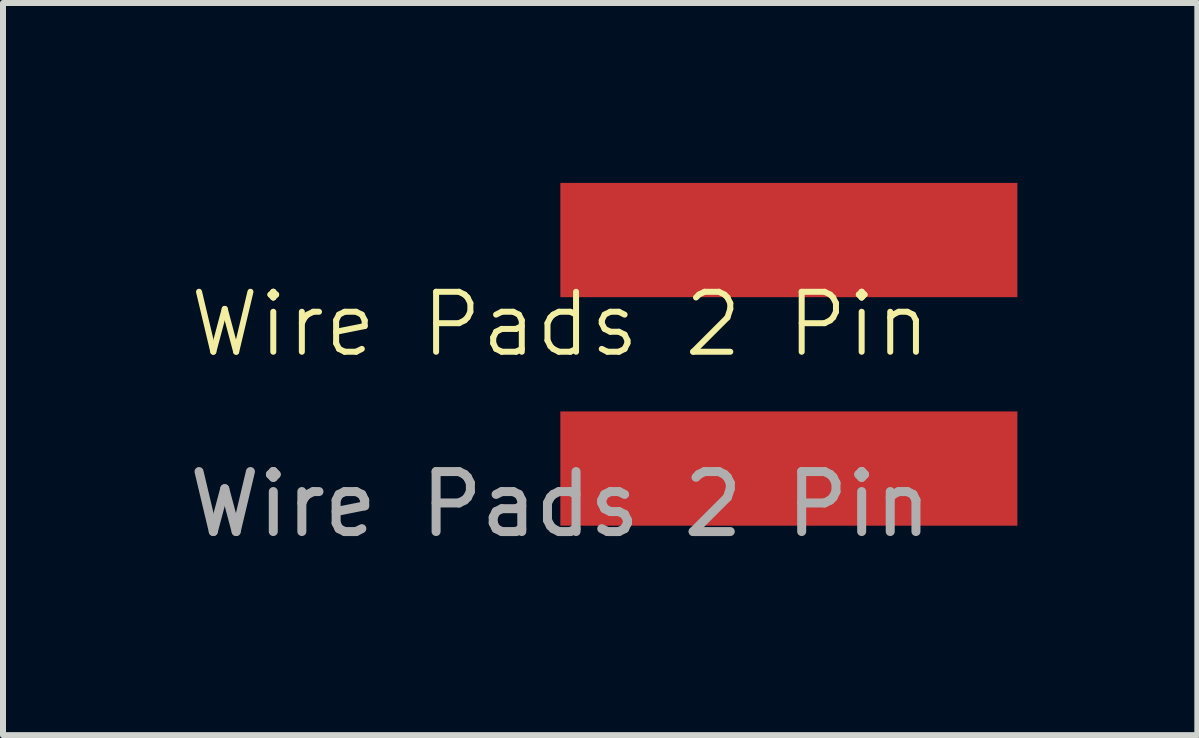
<source format=kicad_pcb>
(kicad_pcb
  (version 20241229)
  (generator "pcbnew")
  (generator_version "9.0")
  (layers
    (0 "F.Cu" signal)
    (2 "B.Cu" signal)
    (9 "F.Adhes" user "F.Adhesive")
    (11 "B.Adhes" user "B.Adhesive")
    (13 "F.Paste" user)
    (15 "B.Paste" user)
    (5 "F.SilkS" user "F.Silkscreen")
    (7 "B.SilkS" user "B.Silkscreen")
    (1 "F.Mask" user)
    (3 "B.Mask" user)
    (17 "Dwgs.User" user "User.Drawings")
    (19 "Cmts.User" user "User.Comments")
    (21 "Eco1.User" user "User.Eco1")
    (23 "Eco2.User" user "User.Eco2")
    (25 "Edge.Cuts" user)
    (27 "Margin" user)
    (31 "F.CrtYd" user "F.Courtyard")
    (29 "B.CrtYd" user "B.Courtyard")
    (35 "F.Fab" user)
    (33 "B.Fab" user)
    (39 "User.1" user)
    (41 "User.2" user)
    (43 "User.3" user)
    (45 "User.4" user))
  (footprint "Wire Pads 2 Pin"
    (layer "F.Cu")
    (at 6.292 2.857)
    (property "Reference" "Wire Pads 2 Pin" (at 0 -0.5 0) (unlocked yes) (layer "F.SilkS") (effects (font (size 1 1) (thickness 0.1))))
    (attr smd)
    (fp_text user "${REFERENCE}" (at 0 2.5 0) (unlocked yes) (layer "F.Fab") (effects (font (size 1 1) (thickness 0.15))))
    (pad "1" connect rect (at 3.81 -1.905) (size 7.62 1.905) (layers "F.Cu" "F.Mask"))
    (pad "2" connect rect (at 3.81 1.905) (size 7.62 1.905) (layers "F.Cu" "F.Mask")))
  (gr_rect
    (start -3 -3)
    (end 16.912 9.206)
    (stroke (width 0.1) (type default))
    (fill no)
    (layer "Edge.Cuts")))
</source>
